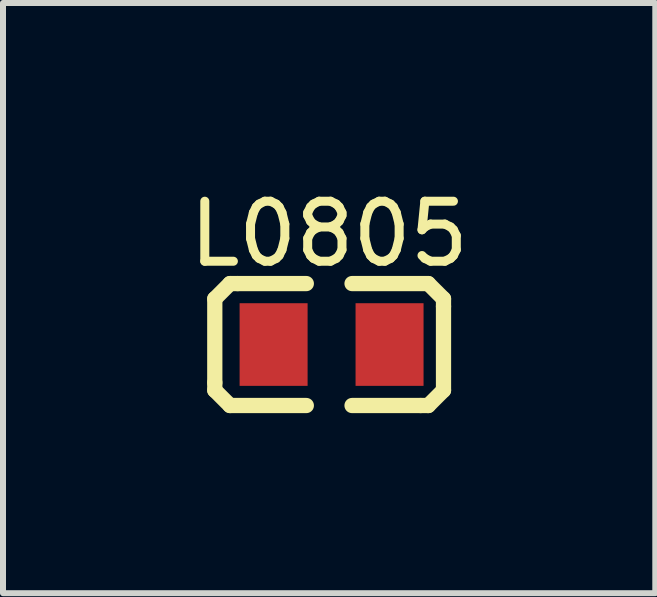
<source format=kicad_pcb>
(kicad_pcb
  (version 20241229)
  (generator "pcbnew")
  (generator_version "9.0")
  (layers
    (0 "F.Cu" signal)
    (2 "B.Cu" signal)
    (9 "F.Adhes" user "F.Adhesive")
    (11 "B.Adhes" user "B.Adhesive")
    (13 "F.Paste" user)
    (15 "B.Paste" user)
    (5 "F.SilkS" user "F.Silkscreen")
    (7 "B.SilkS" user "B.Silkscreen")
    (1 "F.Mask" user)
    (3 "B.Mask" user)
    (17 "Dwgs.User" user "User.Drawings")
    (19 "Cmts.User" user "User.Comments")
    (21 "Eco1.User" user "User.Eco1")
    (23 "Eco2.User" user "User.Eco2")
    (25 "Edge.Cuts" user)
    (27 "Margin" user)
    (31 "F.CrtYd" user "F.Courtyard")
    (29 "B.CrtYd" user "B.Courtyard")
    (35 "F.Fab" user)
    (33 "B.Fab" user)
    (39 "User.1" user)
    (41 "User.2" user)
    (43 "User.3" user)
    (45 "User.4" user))
  (footprint "L0805"
    (layer "F.Cu")
    (at 2.475 2.691)
    (property "Reference" "L0805" (at -0.041 -1.843 0) (layer "F.SilkS") (effects (font (size 1 1) (thickness 0.15))))
    (fp_line (start -1.946 -0.762) (end -1.946 0.635) (stroke (width 0.254) (type default)) (layer "F.SilkS"))
    (fp_line (start -1.946 0.635) (end -1.946 0.762) (stroke (width 0.254) (type default)) (layer "F.SilkS"))
    (fp_line (start -1.946 0.762) (end -1.692 1.016) (stroke (width 0.254) (type default)) (layer "F.SilkS"))
    (fp_line (start -1.692 -1.016) (end -1.946 -0.762) (stroke (width 0.254) (type default)) (layer "F.SilkS"))
    (fp_line (start -1.692 1.016) (end -0.421 1.016) (stroke (width 0.254) (type default)) (layer "F.SilkS"))
    (fp_line (start -1.565 -1.016) (end -1.692 -1.016) (stroke (width 0.254) (type default)) (layer "F.SilkS"))
    (fp_line (start -0.421 -1.016) (end -1.565 -1.016) (stroke (width 0.254) (type default)) (layer "F.SilkS"))
    (fp_line (start 0.341 1.016) (end 1.484 1.016) (stroke (width 0.254) (type default)) (layer "F.SilkS"))
    (fp_line (start 1.484 1.016) (end 1.611 1.016) (stroke (width 0.254) (type default)) (layer "F.SilkS"))
    (fp_line (start 1.611 -1.016) (end 0.341 -1.016) (stroke (width 0.254) (type default)) (layer "F.SilkS"))
    (fp_line (start 1.611 1.016) (end 1.865 0.762) (stroke (width 0.254) (type default)) (layer "F.SilkS"))
    (fp_line (start 1.865 -0.762) (end 1.611 -1.016) (stroke (width 0.254) (type default)) (layer "F.SilkS"))
    (fp_line (start 1.865 -0.635) (end 1.865 -0.762) (stroke (width 0.254) (type default)) (layer "F.SilkS"))
    (fp_line (start 1.865 0.762) (end 1.865 -0.635) (stroke (width 0.254) (type default)) (layer "F.SilkS"))
    (fp_poly (pts (xy -0.36 0.22) (xy -0.36 -0.221) (xy -0.745 -0.689) (xy -1.433 -0.689) (xy -1.532 -0.589) (xy -1.532 0.589) (xy -1.433 0.689) (xy -0.745 0.689)) (stroke (width 0) (type default)) (fill yes) (layer "F.Paste"))
    (fp_poly (pts (xy 0.36 0.22) (xy 0.36 -0.221) (xy 0.745 -0.689) (xy 1.433 -0.689) (xy 1.532 -0.589) (xy 1.532 0.589) (xy 1.433 0.689) (xy 0.745 0.689)) (stroke (width 0) (type default)) (fill yes) (layer "F.Paste"))
    (fp_poly (pts (xy -1 0.637) (xy -1 -0.637) (xy -0.6 -0.637) (xy -0.6 0.637)) (stroke (width 0.1) (type default)) (fill no) (layer "User.1"))
    (fp_poly (pts (xy 1 0.637) (xy 1 -0.637) (xy 0.6 -0.637) (xy 0.6 0.637)) (stroke (width 0.1) (type default)) (fill no) (layer "User.1"))
    (fp_line (start -1 -0.637) (end 1 -0.637) (stroke (width 0.051) (type default)) (layer "User.2"))
    (fp_line (start -1 0.637) (end -1 -0.637) (stroke (width 0.051) (type default)) (layer "User.2"))
    (fp_line (start 1 -0.637) (end 1 0.637) (stroke (width 0.051) (type default)) (layer "User.2"))
    (fp_line (start 1 0.637) (end -1 0.637) (stroke (width 0.051) (type default)) (layer "User.2"))
    (fp_poly (pts (xy -0.945 0.615) (xy -0.977 0.582) (xy -1.023 0.582) (xy -1.055 0.615) (xy -1.055 0.66) (xy -1.023 0.693) (xy -0.977 0.693) (xy -0.945 0.66)) (stroke (width 0.1) (type default)) (fill no) (layer "User.3"))
    (pad "1" smd rect (at -0.966 0) (size 1.133 1.377) (layers "F.Cu" "F.Mask" "F.Paste"))
    (pad "2" smd rect (at 0.966 0) (size 1.133 1.377) (layers "F.Cu" "F.Mask" "F.Paste")))
  (gr_rect
    (start -3 -3)
    (end 7.869 6.834)
    (stroke (width 0.1) (type default))
    (fill no)
    (layer "Edge.Cuts")))
</source>
